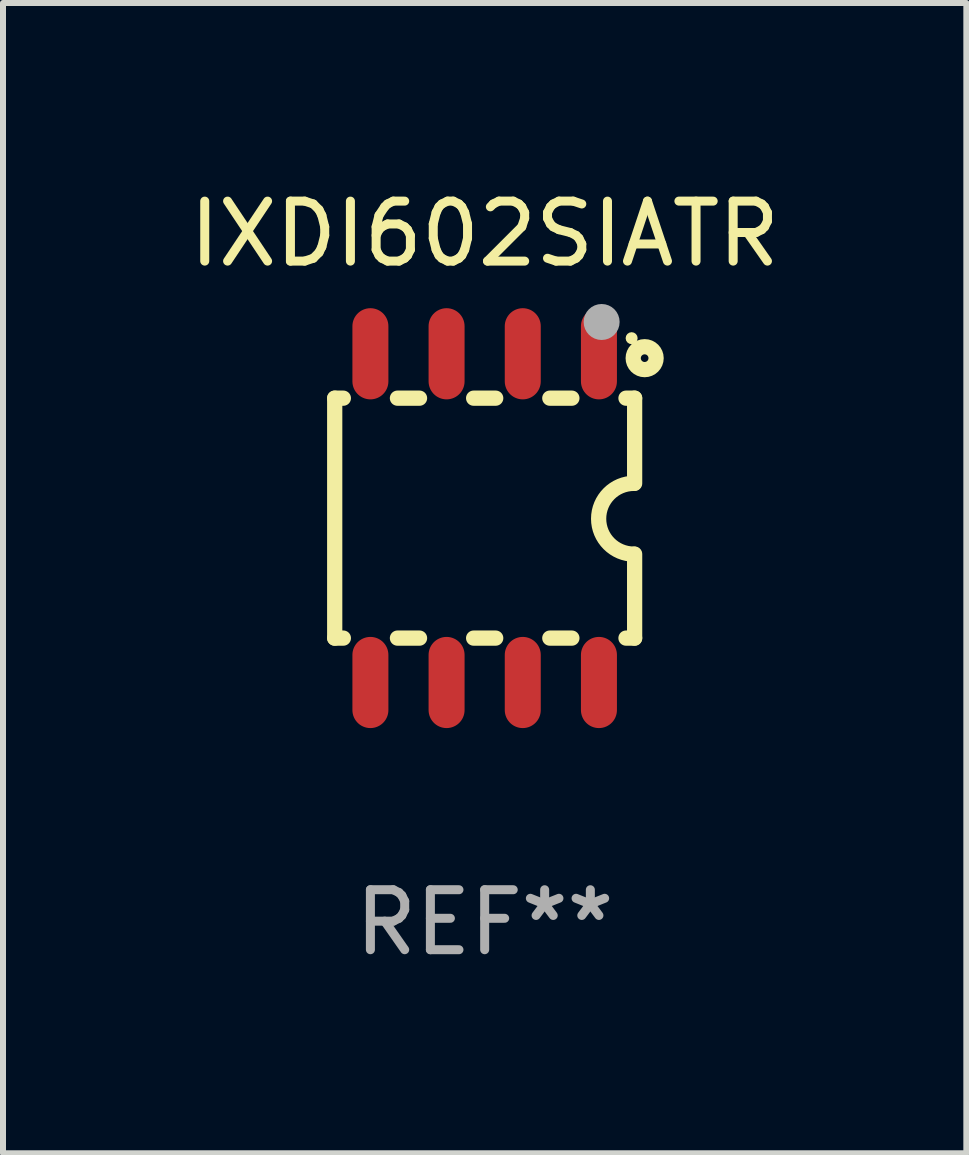
<source format=kicad_pcb>
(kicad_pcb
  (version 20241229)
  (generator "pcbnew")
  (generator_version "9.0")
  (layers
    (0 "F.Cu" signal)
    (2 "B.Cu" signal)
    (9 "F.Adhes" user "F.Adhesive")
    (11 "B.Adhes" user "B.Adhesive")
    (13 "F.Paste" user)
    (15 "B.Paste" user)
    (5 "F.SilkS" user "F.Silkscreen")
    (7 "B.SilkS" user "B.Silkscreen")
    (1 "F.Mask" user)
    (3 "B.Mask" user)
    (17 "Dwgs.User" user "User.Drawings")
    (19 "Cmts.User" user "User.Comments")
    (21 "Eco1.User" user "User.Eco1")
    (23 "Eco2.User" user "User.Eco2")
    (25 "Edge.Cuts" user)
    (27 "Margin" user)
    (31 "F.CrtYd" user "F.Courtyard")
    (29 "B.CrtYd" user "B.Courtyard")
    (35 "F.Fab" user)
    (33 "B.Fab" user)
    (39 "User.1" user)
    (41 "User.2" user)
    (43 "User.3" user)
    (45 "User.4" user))
  (footprint "IXDI602SIATR"
    (layer "F.Cu")
    (at 5.03 5.588)
    (property "Reference" "IXDI602SIATR" (at 0 -4.74 0) (layer "F.SilkS") (effects (font (size 1 1) (thickness 0.15))))
    (attr through_hole)
    (fp_line (start -2.5 2) (end -2.5 -2) (stroke (width 0.254) (type solid)) (layer "F.SilkS"))
    (fp_line (start -2.356 -2) (end -2.5 -2) (stroke (width 0.254) (type solid)) (layer "F.SilkS"))
    (fp_line (start -2.356 2) (end -2.5 2) (stroke (width 0.254) (type solid)) (layer "F.SilkS"))
    (fp_line (start -1.086 -2) (end -1.454 -2) (stroke (width 0.254) (type solid)) (layer "F.SilkS"))
    (fp_line (start -1.086 2) (end -1.454 2) (stroke (width 0.254) (type solid)) (layer "F.SilkS"))
    (fp_line (start 0.184 -2) (end -0.184 -2) (stroke (width 0.254) (type solid)) (layer "F.SilkS"))
    (fp_line (start 0.184 2) (end -0.184 2) (stroke (width 0.254) (type solid)) (layer "F.SilkS"))
    (fp_line (start 1.454 -2) (end 1.086 -2) (stroke (width 0.254) (type solid)) (layer "F.SilkS"))
    (fp_line (start 1.454 2) (end 1.086 2) (stroke (width 0.254) (type solid)) (layer "F.SilkS"))
    (fp_line (start 2.5 -2) (end 2.356 -2) (stroke (width 0.254) (type solid)) (layer "F.SilkS"))
    (fp_line (start 2.5 -0.58) (end 2.5 -2) (stroke (width 0.254) (type solid)) (layer "F.SilkS"))
    (fp_line (start 2.5 2) (end 2.356 2) (stroke (width 0.254) (type solid)) (layer "F.SilkS"))
    (fp_line (start 2.5 2) (end 2.5 0.6) (stroke (width 0.254) (type solid)) (layer "F.SilkS"))
    (fp_arc (start 2.489992 0.600051) (mid 1.901674 0.010046) (end 2.489992 -0.579959) (stroke (width 0.254001) (type solid)) (layer "F.SilkS"))
    (fp_circle (center 2.45 -3) (end 2.5 -3) (stroke (width 0.1) (type solid)) (fill no) (layer "F.SilkS"))
    (fp_circle (center 2.667 -2.667) (end 2.858 -2.667) (stroke (width 0.254) (type solid)) (fill no) (layer "F.SilkS"))
    (fp_circle (center 1.95 -3.27) (end 2.1 -3.27) (stroke (width 0.3) (type solid)) (fill no) (layer "F.Fab"))
    (fp_text user "REF**" (at 0 6.74 0) (layer "F.Fab") (effects (font (size 1 1) (thickness 0.15))))
    (pad "1" smd oval (at 1.905 -2.74) (size 0.6 1.52) (layers "F.Cu" "F.Mask" "F.Paste"))
    (pad "2" smd oval (at 0.635 -2.74) (size 0.6 1.52) (layers "F.Cu" "F.Mask" "F.Paste"))
    (pad "3" smd oval (at -0.635 -2.74) (size 0.6 1.52) (layers "F.Cu" "F.Mask" "F.Paste"))
    (pad "4" smd oval (at -1.905 -2.74) (size 0.6 1.52) (layers "F.Cu" "F.Mask" "F.Paste"))
    (pad "5" smd oval (at -1.905 2.74) (size 0.6 1.52) (layers "F.Cu" "F.Mask" "F.Paste"))
    (pad "6" smd oval (at -0.635 2.74) (size 0.6 1.52) (layers "F.Cu" "F.Mask" "F.Paste"))
    (pad "7" smd oval (at 0.635 2.74) (size 0.6 1.52) (layers "F.Cu" "F.Mask" "F.Paste"))
    (pad "8" smd oval (at 1.905 2.74) (size 0.6 1.52) (layers "F.Cu" "F.Mask" "F.Paste")))
  (gr_rect
    (start -3 -3)
    (end 13.06 16.176)
    (stroke (width 0.1) (type default))
    (fill no)
    (layer "Edge.Cuts")))
</source>
